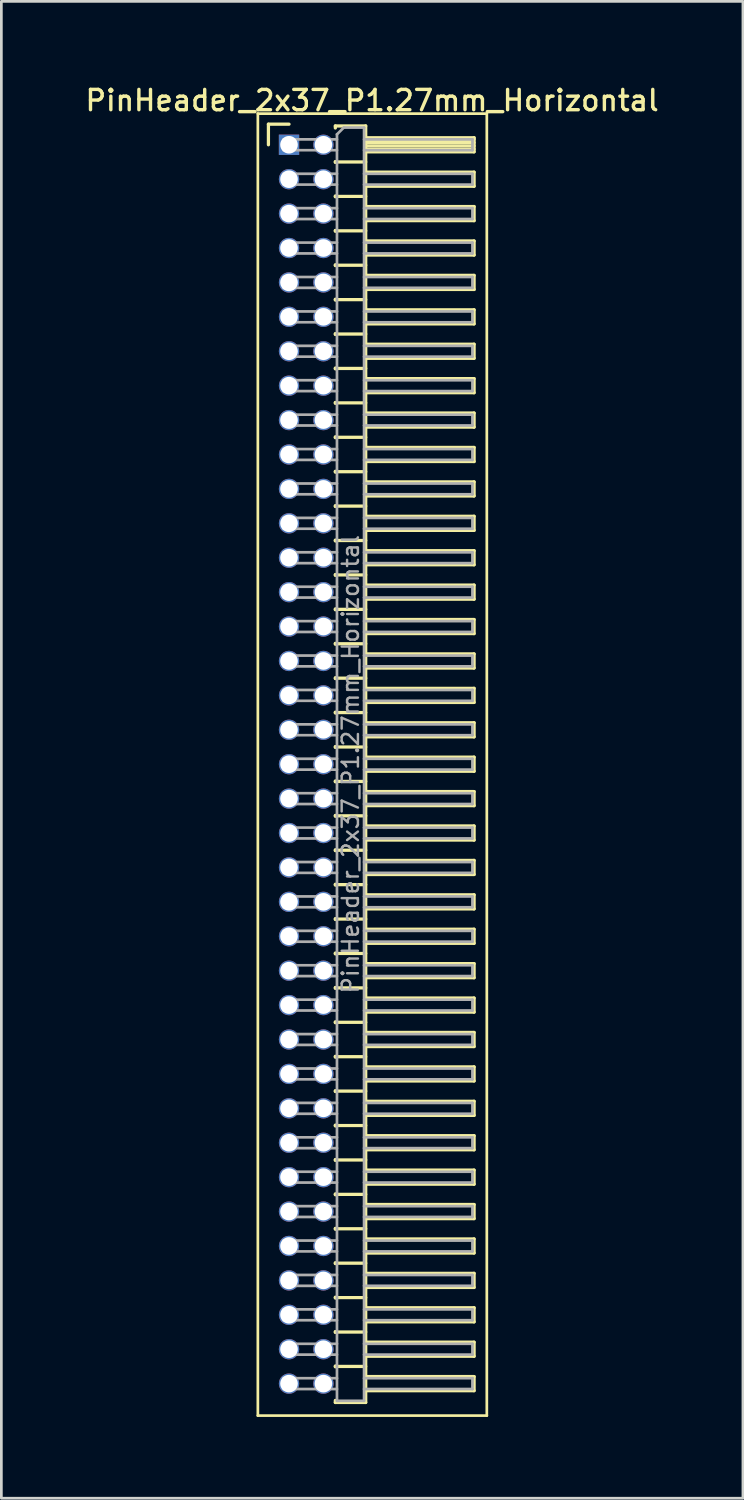
<source format=kicad_pcb>
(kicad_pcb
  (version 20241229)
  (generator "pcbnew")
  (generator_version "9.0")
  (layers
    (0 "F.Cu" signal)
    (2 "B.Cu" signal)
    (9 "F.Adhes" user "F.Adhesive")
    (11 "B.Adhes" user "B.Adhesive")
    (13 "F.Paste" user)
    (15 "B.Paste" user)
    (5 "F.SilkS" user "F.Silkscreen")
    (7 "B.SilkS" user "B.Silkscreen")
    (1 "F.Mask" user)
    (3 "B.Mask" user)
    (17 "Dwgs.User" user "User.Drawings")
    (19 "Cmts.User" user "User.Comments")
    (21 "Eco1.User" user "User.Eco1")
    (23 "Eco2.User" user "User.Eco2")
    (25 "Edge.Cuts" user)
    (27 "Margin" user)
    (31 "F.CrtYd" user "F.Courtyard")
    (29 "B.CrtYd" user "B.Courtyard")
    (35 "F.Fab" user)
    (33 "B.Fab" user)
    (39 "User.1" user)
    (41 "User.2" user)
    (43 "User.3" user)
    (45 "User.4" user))
  (footprint "PinHeader_2x37_P1.27mm_Horizontal"
    (layer "F.Cu")
    (at 7.616 2.293)
    (property "Reference" "PinHeader_2x37_P1.27mm_Horizontal" (at 3.067 -1.635 0) (layer "F.SilkS") (effects (font (size 0.75 0.75) (thickness 0.125))))
    (attr through_hole)
    (fp_line (start -1.15 -1.15) (end -1.15 46.9) (stroke (width 0.1) (type solid)) (layer "F.SilkS"))
    (fp_line (start -1.15 46.9) (end 7.3 46.9) (stroke (width 0.1) (type solid)) (layer "F.SilkS"))
    (fp_line (start -0.76 -0.76) (end 0 -0.76) (stroke (width 0.12) (type solid)) (layer "F.SilkS"))
    (fp_line (start -0.76 0) (end -0.76 -0.76) (stroke (width 0.12) (type solid)) (layer "F.SilkS"))
    (fp_line (start 1.71 -0.695) (end 2.83 -0.695) (stroke (width 0.12) (type solid)) (layer "F.SilkS"))
    (fp_line (start 1.71 -0.62) (end 1.71 -0.695) (stroke (width 0.12) (type solid)) (layer "F.SilkS"))
    (fp_line (start 1.71 0.62) (end 1.71 0.65) (stroke (width 0.12) (type solid)) (layer "F.SilkS"))
    (fp_line (start 1.71 0.635) (end 2.83 0.635) (stroke (width 0.12) (type solid)) (layer "F.SilkS"))
    (fp_line (start 1.71 1.89) (end 1.71 1.92) (stroke (width 0.12) (type solid)) (layer "F.SilkS"))
    (fp_line (start 1.71 1.905) (end 2.83 1.905) (stroke (width 0.12) (type solid)) (layer "F.SilkS"))
    (fp_line (start 1.71 3.16) (end 1.71 3.19) (stroke (width 0.12) (type solid)) (layer "F.SilkS"))
    (fp_line (start 1.71 3.175) (end 2.83 3.175) (stroke (width 0.12) (type solid)) (layer "F.SilkS"))
    (fp_line (start 1.71 4.43) (end 1.71 4.46) (stroke (width 0.12) (type solid)) (layer "F.SilkS"))
    (fp_line (start 1.71 4.445) (end 2.83 4.445) (stroke (width 0.12) (type solid)) (layer "F.SilkS"))
    (fp_line (start 1.71 5.7) (end 1.71 5.73) (stroke (width 0.12) (type solid)) (layer "F.SilkS"))
    (fp_line (start 1.71 5.715) (end 2.83 5.715) (stroke (width 0.12) (type solid)) (layer "F.SilkS"))
    (fp_line (start 1.71 6.97) (end 1.71 7) (stroke (width 0.12) (type solid)) (layer "F.SilkS"))
    (fp_line (start 1.71 6.985) (end 2.83 6.985) (stroke (width 0.12) (type solid)) (layer "F.SilkS"))
    (fp_line (start 1.71 8.24) (end 1.71 8.27) (stroke (width 0.12) (type solid)) (layer "F.SilkS"))
    (fp_line (start 1.71 8.255) (end 2.83 8.255) (stroke (width 0.12) (type solid)) (layer "F.SilkS"))
    (fp_line (start 1.71 9.51) (end 1.71 9.54) (stroke (width 0.12) (type solid)) (layer "F.SilkS"))
    (fp_line (start 1.71 9.525) (end 2.83 9.525) (stroke (width 0.12) (type solid)) (layer "F.SilkS"))
    (fp_line (start 1.71 10.78) (end 1.71 10.81) (stroke (width 0.12) (type solid)) (layer "F.SilkS"))
    (fp_line (start 1.71 10.795) (end 2.83 10.795) (stroke (width 0.12) (type solid)) (layer "F.SilkS"))
    (fp_line (start 1.71 12.05) (end 1.71 12.08) (stroke (width 0.12) (type solid)) (layer "F.SilkS"))
    (fp_line (start 1.71 12.065) (end 2.83 12.065) (stroke (width 0.12) (type solid)) (layer "F.SilkS"))
    (fp_line (start 1.71 13.32) (end 1.71 13.35) (stroke (width 0.12) (type solid)) (layer "F.SilkS"))
    (fp_line (start 1.71 13.335) (end 2.83 13.335) (stroke (width 0.12) (type solid)) (layer "F.SilkS"))
    (fp_line (start 1.71 14.59) (end 1.71 14.62) (stroke (width 0.12) (type solid)) (layer "F.SilkS"))
    (fp_line (start 1.71 14.605) (end 2.83 14.605) (stroke (width 0.12) (type solid)) (layer "F.SilkS"))
    (fp_line (start 1.71 15.86) (end 1.71 15.89) (stroke (width 0.12) (type solid)) (layer "F.SilkS"))
    (fp_line (start 1.71 15.875) (end 2.83 15.875) (stroke (width 0.12) (type solid)) (layer "F.SilkS"))
    (fp_line (start 1.71 17.13) (end 1.71 17.16) (stroke (width 0.12) (type solid)) (layer "F.SilkS"))
    (fp_line (start 1.71 17.145) (end 2.83 17.145) (stroke (width 0.12) (type solid)) (layer "F.SilkS"))
    (fp_line (start 1.71 18.4) (end 1.71 18.43) (stroke (width 0.12) (type solid)) (layer "F.SilkS"))
    (fp_line (start 1.71 18.415) (end 2.83 18.415) (stroke (width 0.12) (type solid)) (layer "F.SilkS"))
    (fp_line (start 1.71 19.67) (end 1.71 19.7) (stroke (width 0.12) (type solid)) (layer "F.SilkS"))
    (fp_line (start 1.71 19.685) (end 2.83 19.685) (stroke (width 0.12) (type solid)) (layer "F.SilkS"))
    (fp_line (start 1.71 20.94) (end 1.71 20.97) (stroke (width 0.12) (type solid)) (layer "F.SilkS"))
    (fp_line (start 1.71 20.955) (end 2.83 20.955) (stroke (width 0.12) (type solid)) (layer "F.SilkS"))
    (fp_line (start 1.71 22.21) (end 1.71 22.24) (stroke (width 0.12) (type solid)) (layer "F.SilkS"))
    (fp_line (start 1.71 22.225) (end 2.83 22.225) (stroke (width 0.12) (type solid)) (layer "F.SilkS"))
    (fp_line (start 1.71 23.48) (end 1.71 23.51) (stroke (width 0.12) (type solid)) (layer "F.SilkS"))
    (fp_line (start 1.71 23.495) (end 2.83 23.495) (stroke (width 0.12) (type solid)) (layer "F.SilkS"))
    (fp_line (start 1.71 24.75) (end 1.71 24.78) (stroke (width 0.12) (type solid)) (layer "F.SilkS"))
    (fp_line (start 1.71 24.765) (end 2.83 24.765) (stroke (width 0.12) (type solid)) (layer "F.SilkS"))
    (fp_line (start 1.71 26.02) (end 1.71 26.05) (stroke (width 0.12) (type solid)) (layer "F.SilkS"))
    (fp_line (start 1.71 26.035) (end 2.83 26.035) (stroke (width 0.12) (type solid)) (layer "F.SilkS"))
    (fp_line (start 1.71 27.29) (end 1.71 27.32) (stroke (width 0.12) (type solid)) (layer "F.SilkS"))
    (fp_line (start 1.71 27.305) (end 2.83 27.305) (stroke (width 0.12) (type solid)) (layer "F.SilkS"))
    (fp_line (start 1.71 28.56) (end 1.71 28.59) (stroke (width 0.12) (type solid)) (layer "F.SilkS"))
    (fp_line (start 1.71 28.575) (end 2.83 28.575) (stroke (width 0.12) (type solid)) (layer "F.SilkS"))
    (fp_line (start 1.71 29.83) (end 1.71 29.86) (stroke (width 0.12) (type solid)) (layer "F.SilkS"))
    (fp_line (start 1.71 29.845) (end 2.83 29.845) (stroke (width 0.12) (type solid)) (layer "F.SilkS"))
    (fp_line (start 1.71 31.1) (end 1.71 31.13) (stroke (width 0.12) (type solid)) (layer "F.SilkS"))
    (fp_line (start 1.71 31.115) (end 2.83 31.115) (stroke (width 0.12) (type solid)) (layer "F.SilkS"))
    (fp_line (start 1.71 32.37) (end 1.71 32.4) (stroke (width 0.12) (type solid)) (layer "F.SilkS"))
    (fp_line (start 1.71 32.385) (end 2.83 32.385) (stroke (width 0.12) (type solid)) (layer "F.SilkS"))
    (fp_line (start 1.71 33.64) (end 1.71 33.67) (stroke (width 0.12) (type solid)) (layer "F.SilkS"))
    (fp_line (start 1.71 33.655) (end 2.83 33.655) (stroke (width 0.12) (type solid)) (layer "F.SilkS"))
    (fp_line (start 1.71 34.91) (end 1.71 34.94) (stroke (width 0.12) (type solid)) (layer "F.SilkS"))
    (fp_line (start 1.71 34.925) (end 2.83 34.925) (stroke (width 0.12) (type solid)) (layer "F.SilkS"))
    (fp_line (start 1.71 36.18) (end 1.71 36.21) (stroke (width 0.12) (type solid)) (layer "F.SilkS"))
    (fp_line (start 1.71 36.195) (end 2.83 36.195) (stroke (width 0.12) (type solid)) (layer "F.SilkS"))
    (fp_line (start 1.71 37.45) (end 1.71 37.48) (stroke (width 0.12) (type solid)) (layer "F.SilkS"))
    (fp_line (start 1.71 37.465) (end 2.83 37.465) (stroke (width 0.12) (type solid)) (layer "F.SilkS"))
    (fp_line (start 1.71 38.72) (end 1.71 38.75) (stroke (width 0.12) (type solid)) (layer "F.SilkS"))
    (fp_line (start 1.71 38.735) (end 2.83 38.735) (stroke (width 0.12) (type solid)) (layer "F.SilkS"))
    (fp_line (start 1.71 39.99) (end 1.71 40.02) (stroke (width 0.12) (type solid)) (layer "F.SilkS"))
    (fp_line (start 1.71 40.005) (end 2.83 40.005) (stroke (width 0.12) (type solid)) (layer "F.SilkS"))
    (fp_line (start 1.71 41.26) (end 1.71 41.29) (stroke (width 0.12) (type solid)) (layer "F.SilkS"))
    (fp_line (start 1.71 41.275) (end 2.83 41.275) (stroke (width 0.12) (type solid)) (layer "F.SilkS"))
    (fp_line (start 1.71 42.53) (end 1.71 42.56) (stroke (width 0.12) (type solid)) (layer "F.SilkS"))
    (fp_line (start 1.71 42.545) (end 2.83 42.545) (stroke (width 0.12) (type solid)) (layer "F.SilkS"))
    (fp_line (start 1.71 43.8) (end 1.71 43.83) (stroke (width 0.12) (type solid)) (layer "F.SilkS"))
    (fp_line (start 1.71 43.815) (end 2.83 43.815) (stroke (width 0.12) (type solid)) (layer "F.SilkS"))
    (fp_line (start 1.71 45.07) (end 1.71 45.1) (stroke (width 0.12) (type solid)) (layer "F.SilkS"))
    (fp_line (start 1.71 45.085) (end 2.83 45.085) (stroke (width 0.12) (type solid)) (layer "F.SilkS"))
    (fp_line (start 1.71 46.415) (end 1.71 46.34) (stroke (width 0.12) (type solid)) (layer "F.SilkS"))
    (fp_line (start 2.83 -0.695) (end 2.83 46.415) (stroke (width 0.12) (type solid)) (layer "F.SilkS"))
    (fp_line (start 2.83 -0.26) (end 6.83 -0.26) (stroke (width 0.12) (type solid)) (layer "F.SilkS"))
    (fp_line (start 2.83 -0.2) (end 6.83 -0.2) (stroke (width 0.12) (type solid)) (layer "F.SilkS"))
    (fp_line (start 2.83 -0.08) (end 6.83 -0.08) (stroke (width 0.12) (type solid)) (layer "F.SilkS"))
    (fp_line (start 2.83 0.04) (end 6.83 0.04) (stroke (width 0.12) (type solid)) (layer "F.SilkS"))
    (fp_line (start 2.83 0.16) (end 6.83 0.16) (stroke (width 0.12) (type solid)) (layer "F.SilkS"))
    (fp_line (start 2.83 1.01) (end 6.83 1.01) (stroke (width 0.12) (type solid)) (layer "F.SilkS"))
    (fp_line (start 2.83 2.28) (end 6.83 2.28) (stroke (width 0.12) (type solid)) (layer "F.SilkS"))
    (fp_line (start 2.83 3.55) (end 6.83 3.55) (stroke (width 0.12) (type solid)) (layer "F.SilkS"))
    (fp_line (start 2.83 4.82) (end 6.83 4.82) (stroke (width 0.12) (type solid)) (layer "F.SilkS"))
    (fp_line (start 2.83 6.09) (end 6.83 6.09) (stroke (width 0.12) (type solid)) (layer "F.SilkS"))
    (fp_line (start 2.83 7.36) (end 6.83 7.36) (stroke (width 0.12) (type solid)) (layer "F.SilkS"))
    (fp_line (start 2.83 8.63) (end 6.83 8.63) (stroke (width 0.12) (type solid)) (layer "F.SilkS"))
    (fp_line (start 2.83 9.9) (end 6.83 9.9) (stroke (width 0.12) (type solid)) (layer "F.SilkS"))
    (fp_line (start 2.83 11.17) (end 6.83 11.17) (stroke (width 0.12) (type solid)) (layer "F.SilkS"))
    (fp_line (start 2.83 12.44) (end 6.83 12.44) (stroke (width 0.12) (type solid)) (layer "F.SilkS"))
    (fp_line (start 2.83 13.71) (end 6.83 13.71) (stroke (width 0.12) (type solid)) (layer "F.SilkS"))
    (fp_line (start 2.83 14.98) (end 6.83 14.98) (stroke (width 0.12) (type solid)) (layer "F.SilkS"))
    (fp_line (start 2.83 16.25) (end 6.83 16.25) (stroke (width 0.12) (type solid)) (layer "F.SilkS"))
    (fp_line (start 2.83 17.52) (end 6.83 17.52) (stroke (width 0.12) (type solid)) (layer "F.SilkS"))
    (fp_line (start 2.83 18.79) (end 6.83 18.79) (stroke (width 0.12) (type solid)) (layer "F.SilkS"))
    (fp_line (start 2.83 20.06) (end 6.83 20.06) (stroke (width 0.12) (type solid)) (layer "F.SilkS"))
    (fp_line (start 2.83 21.33) (end 6.83 21.33) (stroke (width 0.12) (type solid)) (layer "F.SilkS"))
    (fp_line (start 2.83 22.6) (end 6.83 22.6) (stroke (width 0.12) (type solid)) (layer "F.SilkS"))
    (fp_line (start 2.83 23.87) (end 6.83 23.87) (stroke (width 0.12) (type solid)) (layer "F.SilkS"))
    (fp_line (start 2.83 25.14) (end 6.83 25.14) (stroke (width 0.12) (type solid)) (layer "F.SilkS"))
    (fp_line (start 2.83 26.41) (end 6.83 26.41) (stroke (width 0.12) (type solid)) (layer "F.SilkS"))
    (fp_line (start 2.83 27.68) (end 6.83 27.68) (stroke (width 0.12) (type solid)) (layer "F.SilkS"))
    (fp_line (start 2.83 28.95) (end 6.83 28.95) (stroke (width 0.12) (type solid)) (layer "F.SilkS"))
    (fp_line (start 2.83 30.22) (end 6.83 30.22) (stroke (width 0.12) (type solid)) (layer "F.SilkS"))
    (fp_line (start 2.83 31.49) (end 6.83 31.49) (stroke (width 0.12) (type solid)) (layer "F.SilkS"))
    (fp_line (start 2.83 32.76) (end 6.83 32.76) (stroke (width 0.12) (type solid)) (layer "F.SilkS"))
    (fp_line (start 2.83 34.03) (end 6.83 34.03) (stroke (width 0.12) (type solid)) (layer "F.SilkS"))
    (fp_line (start 2.83 35.3) (end 6.83 35.3) (stroke (width 0.12) (type solid)) (layer "F.SilkS"))
    (fp_line (start 2.83 36.57) (end 6.83 36.57) (stroke (width 0.12) (type solid)) (layer "F.SilkS"))
    (fp_line (start 2.83 37.84) (end 6.83 37.84) (stroke (width 0.12) (type solid)) (layer "F.SilkS"))
    (fp_line (start 2.83 39.11) (end 6.83 39.11) (stroke (width 0.12) (type solid)) (layer "F.SilkS"))
    (fp_line (start 2.83 40.38) (end 6.83 40.38) (stroke (width 0.12) (type solid)) (layer "F.SilkS"))
    (fp_line (start 2.83 41.65) (end 6.83 41.65) (stroke (width 0.12) (type solid)) (layer "F.SilkS"))
    (fp_line (start 2.83 42.92) (end 6.83 42.92) (stroke (width 0.12) (type solid)) (layer "F.SilkS"))
    (fp_line (start 2.83 44.19) (end 6.83 44.19) (stroke (width 0.12) (type solid)) (layer "F.SilkS"))
    (fp_line (start 2.83 45.46) (end 6.83 45.46) (stroke (width 0.12) (type solid)) (layer "F.SilkS"))
    (fp_line (start 2.83 46.415) (end 1.71 46.415) (stroke (width 0.12) (type solid)) (layer "F.SilkS"))
    (fp_line (start 6.83 -0.26) (end 6.83 0.26) (stroke (width 0.12) (type solid)) (layer "F.SilkS"))
    (fp_line (start 6.83 0.26) (end 2.83 0.26) (stroke (width 0.12) (type solid)) (layer "F.SilkS"))
    (fp_line (start 6.83 1.01) (end 6.83 1.53) (stroke (width 0.12) (type solid)) (layer "F.SilkS"))
    (fp_line (start 6.83 1.53) (end 2.83 1.53) (stroke (width 0.12) (type solid)) (layer "F.SilkS"))
    (fp_line (start 6.83 2.28) (end 6.83 2.8) (stroke (width 0.12) (type solid)) (layer "F.SilkS"))
    (fp_line (start 6.83 2.8) (end 2.83 2.8) (stroke (width 0.12) (type solid)) (layer "F.SilkS"))
    (fp_line (start 6.83 3.55) (end 6.83 4.07) (stroke (width 0.12) (type solid)) (layer "F.SilkS"))
    (fp_line (start 6.83 4.07) (end 2.83 4.07) (stroke (width 0.12) (type solid)) (layer "F.SilkS"))
    (fp_line (start 6.83 4.82) (end 6.83 5.34) (stroke (width 0.12) (type solid)) (layer "F.SilkS"))
    (fp_line (start 6.83 5.34) (end 2.83 5.34) (stroke (width 0.12) (type solid)) (layer "F.SilkS"))
    (fp_line (start 6.83 6.09) (end 6.83 6.61) (stroke (width 0.12) (type solid)) (layer "F.SilkS"))
    (fp_line (start 6.83 6.61) (end 2.83 6.61) (stroke (width 0.12) (type solid)) (layer "F.SilkS"))
    (fp_line (start 6.83 7.36) (end 6.83 7.88) (stroke (width 0.12) (type solid)) (layer "F.SilkS"))
    (fp_line (start 6.83 7.88) (end 2.83 7.88) (stroke (width 0.12) (type solid)) (layer "F.SilkS"))
    (fp_line (start 6.83 8.63) (end 6.83 9.15) (stroke (width 0.12) (type solid)) (layer "F.SilkS"))
    (fp_line (start 6.83 9.15) (end 2.83 9.15) (stroke (width 0.12) (type solid)) (layer "F.SilkS"))
    (fp_line (start 6.83 9.9) (end 6.83 10.42) (stroke (width 0.12) (type solid)) (layer "F.SilkS"))
    (fp_line (start 6.83 10.42) (end 2.83 10.42) (stroke (width 0.12) (type solid)) (layer "F.SilkS"))
    (fp_line (start 6.83 11.17) (end 6.83 11.69) (stroke (width 0.12) (type solid)) (layer "F.SilkS"))
    (fp_line (start 6.83 11.69) (end 2.83 11.69) (stroke (width 0.12) (type solid)) (layer "F.SilkS"))
    (fp_line (start 6.83 12.44) (end 6.83 12.96) (stroke (width 0.12) (type solid)) (layer "F.SilkS"))
    (fp_line (start 6.83 12.96) (end 2.83 12.96) (stroke (width 0.12) (type solid)) (layer "F.SilkS"))
    (fp_line (start 6.83 13.71) (end 6.83 14.23) (stroke (width 0.12) (type solid)) (layer "F.SilkS"))
    (fp_line (start 6.83 14.23) (end 2.83 14.23) (stroke (width 0.12) (type solid)) (layer "F.SilkS"))
    (fp_line (start 6.83 14.98) (end 6.83 15.5) (stroke (width 0.12) (type solid)) (layer "F.SilkS"))
    (fp_line (start 6.83 15.5) (end 2.83 15.5) (stroke (width 0.12) (type solid)) (layer "F.SilkS"))
    (fp_line (start 6.83 16.25) (end 6.83 16.77) (stroke (width 0.12) (type solid)) (layer "F.SilkS"))
    (fp_line (start 6.83 16.77) (end 2.83 16.77) (stroke (width 0.12) (type solid)) (layer "F.SilkS"))
    (fp_line (start 6.83 17.52) (end 6.83 18.04) (stroke (width 0.12) (type solid)) (layer "F.SilkS"))
    (fp_line (start 6.83 18.04) (end 2.83 18.04) (stroke (width 0.12) (type solid)) (layer "F.SilkS"))
    (fp_line (start 6.83 18.79) (end 6.83 19.31) (stroke (width 0.12) (type solid)) (layer "F.SilkS"))
    (fp_line (start 6.83 19.31) (end 2.83 19.31) (stroke (width 0.12) (type solid)) (layer "F.SilkS"))
    (fp_line (start 6.83 20.06) (end 6.83 20.58) (stroke (width 0.12) (type solid)) (layer "F.SilkS"))
    (fp_line (start 6.83 20.58) (end 2.83 20.58) (stroke (width 0.12) (type solid)) (layer "F.SilkS"))
    (fp_line (start 6.83 21.33) (end 6.83 21.85) (stroke (width 0.12) (type solid)) (layer "F.SilkS"))
    (fp_line (start 6.83 21.85) (end 2.83 21.85) (stroke (width 0.12) (type solid)) (layer "F.SilkS"))
    (fp_line (start 6.83 22.6) (end 6.83 23.12) (stroke (width 0.12) (type solid)) (layer "F.SilkS"))
    (fp_line (start 6.83 23.12) (end 2.83 23.12) (stroke (width 0.12) (type solid)) (layer "F.SilkS"))
    (fp_line (start 6.83 23.87) (end 6.83 24.39) (stroke (width 0.12) (type solid)) (layer "F.SilkS"))
    (fp_line (start 6.83 24.39) (end 2.83 24.39) (stroke (width 0.12) (type solid)) (layer "F.SilkS"))
    (fp_line (start 6.83 25.14) (end 6.83 25.66) (stroke (width 0.12) (type solid)) (layer "F.SilkS"))
    (fp_line (start 6.83 25.66) (end 2.83 25.66) (stroke (width 0.12) (type solid)) (layer "F.SilkS"))
    (fp_line (start 6.83 26.41) (end 6.83 26.93) (stroke (width 0.12) (type solid)) (layer "F.SilkS"))
    (fp_line (start 6.83 26.93) (end 2.83 26.93) (stroke (width 0.12) (type solid)) (layer "F.SilkS"))
    (fp_line (start 6.83 27.68) (end 6.83 28.2) (stroke (width 0.12) (type solid)) (layer "F.SilkS"))
    (fp_line (start 6.83 28.2) (end 2.83 28.2) (stroke (width 0.12) (type solid)) (layer "F.SilkS"))
    (fp_line (start 6.83 28.95) (end 6.83 29.47) (stroke (width 0.12) (type solid)) (layer "F.SilkS"))
    (fp_line (start 6.83 29.47) (end 2.83 29.47) (stroke (width 0.12) (type solid)) (layer "F.SilkS"))
    (fp_line (start 6.83 30.22) (end 6.83 30.74) (stroke (width 0.12) (type solid)) (layer "F.SilkS"))
    (fp_line (start 6.83 30.74) (end 2.83 30.74) (stroke (width 0.12) (type solid)) (layer "F.SilkS"))
    (fp_line (start 6.83 31.49) (end 6.83 32.01) (stroke (width 0.12) (type solid)) (layer "F.SilkS"))
    (fp_line (start 6.83 32.01) (end 2.83 32.01) (stroke (width 0.12) (type solid)) (layer "F.SilkS"))
    (fp_line (start 6.83 32.76) (end 6.83 33.28) (stroke (width 0.12) (type solid)) (layer "F.SilkS"))
    (fp_line (start 6.83 33.28) (end 2.83 33.28) (stroke (width 0.12) (type solid)) (layer "F.SilkS"))
    (fp_line (start 6.83 34.03) (end 6.83 34.55) (stroke (width 0.12) (type solid)) (layer "F.SilkS"))
    (fp_line (start 6.83 34.55) (end 2.83 34.55) (stroke (width 0.12) (type solid)) (layer "F.SilkS"))
    (fp_line (start 6.83 35.3) (end 6.83 35.82) (stroke (width 0.12) (type solid)) (layer "F.SilkS"))
    (fp_line (start 6.83 35.82) (end 2.83 35.82) (stroke (width 0.12) (type solid)) (layer "F.SilkS"))
    (fp_line (start 6.83 36.57) (end 6.83 37.09) (stroke (width 0.12) (type solid)) (layer "F.SilkS"))
    (fp_line (start 6.83 37.09) (end 2.83 37.09) (stroke (width 0.12) (type solid)) (layer "F.SilkS"))
    (fp_line (start 6.83 37.84) (end 6.83 38.36) (stroke (width 0.12) (type solid)) (layer "F.SilkS"))
    (fp_line (start 6.83 38.36) (end 2.83 38.36) (stroke (width 0.12) (type solid)) (layer "F.SilkS"))
    (fp_line (start 6.83 39.11) (end 6.83 39.63) (stroke (width 0.12) (type solid)) (layer "F.SilkS"))
    (fp_line (start 6.83 39.63) (end 2.83 39.63) (stroke (width 0.12) (type solid)) (layer "F.SilkS"))
    (fp_line (start 6.83 40.38) (end 6.83 40.9) (stroke (width 0.12) (type solid)) (layer "F.SilkS"))
    (fp_line (start 6.83 40.9) (end 2.83 40.9) (stroke (width 0.12) (type solid)) (layer "F.SilkS"))
    (fp_line (start 6.83 41.65) (end 6.83 42.17) (stroke (width 0.12) (type solid)) (layer "F.SilkS"))
    (fp_line (start 6.83 42.17) (end 2.83 42.17) (stroke (width 0.12) (type solid)) (layer "F.SilkS"))
    (fp_line (start 6.83 42.92) (end 6.83 43.44) (stroke (width 0.12) (type solid)) (layer "F.SilkS"))
    (fp_line (start 6.83 43.44) (end 2.83 43.44) (stroke (width 0.12) (type solid)) (layer "F.SilkS"))
    (fp_line (start 6.83 44.19) (end 6.83 44.71) (stroke (width 0.12) (type solid)) (layer "F.SilkS"))
    (fp_line (start 6.83 44.71) (end 2.83 44.71) (stroke (width 0.12) (type solid)) (layer "F.SilkS"))
    (fp_line (start 6.83 45.46) (end 6.83 45.98) (stroke (width 0.12) (type solid)) (layer "F.SilkS"))
    (fp_line (start 6.83 45.98) (end 2.83 45.98) (stroke (width 0.12) (type solid)) (layer "F.SilkS"))
    (fp_line (start 7.3 -1.15) (end -1.15 -1.15) (stroke (width 0.1) (type solid)) (layer "F.SilkS"))
    (fp_line (start 7.3 46.9) (end 7.3 -1.15) (stroke (width 0.1) (type solid)) (layer "F.SilkS"))
    (fp_line (start -0.2 -0.2) (end -0.2 0.2) (stroke (width 0.1) (type solid)) (layer "F.Fab"))
    (fp_line (start -0.2 -0.2) (end 1.77 -0.2) (stroke (width 0.1) (type solid)) (layer "F.Fab"))
    (fp_line (start -0.2 0.2) (end 1.77 0.2) (stroke (width 0.1) (type solid)) (layer "F.Fab"))
    (fp_line (start -0.2 1.07) (end -0.2 1.47) (stroke (width 0.1) (type solid)) (layer "F.Fab"))
    (fp_line (start -0.2 1.07) (end 1.77 1.07) (stroke (width 0.1) (type solid)) (layer "F.Fab"))
    (fp_line (start -0.2 1.47) (end 1.77 1.47) (stroke (width 0.1) (type solid)) (layer "F.Fab"))
    (fp_line (start -0.2 2.34) (end -0.2 2.74) (stroke (width 0.1) (type solid)) (layer "F.Fab"))
    (fp_line (start -0.2 2.34) (end 1.77 2.34) (stroke (width 0.1) (type solid)) (layer "F.Fab"))
    (fp_line (start -0.2 2.74) (end 1.77 2.74) (stroke (width 0.1) (type solid)) (layer "F.Fab"))
    (fp_line (start -0.2 3.61) (end -0.2 4.01) (stroke (width 0.1) (type solid)) (layer "F.Fab"))
    (fp_line (start -0.2 3.61) (end 1.77 3.61) (stroke (width 0.1) (type solid)) (layer "F.Fab"))
    (fp_line (start -0.2 4.01) (end 1.77 4.01) (stroke (width 0.1) (type solid)) (layer "F.Fab"))
    (fp_line (start -0.2 4.88) (end -0.2 5.28) (stroke (width 0.1) (type solid)) (layer "F.Fab"))
    (fp_line (start -0.2 4.88) (end 1.77 4.88) (stroke (width 0.1) (type solid)) (layer "F.Fab"))
    (fp_line (start -0.2 5.28) (end 1.77 5.28) (stroke (width 0.1) (type solid)) (layer "F.Fab"))
    (fp_line (start -0.2 6.15) (end -0.2 6.55) (stroke (width 0.1) (type solid)) (layer "F.Fab"))
    (fp_line (start -0.2 6.15) (end 1.77 6.15) (stroke (width 0.1) (type solid)) (layer "F.Fab"))
    (fp_line (start -0.2 6.55) (end 1.77 6.55) (stroke (width 0.1) (type solid)) (layer "F.Fab"))
    (fp_line (start -0.2 7.42) (end -0.2 7.82) (stroke (width 0.1) (type solid)) (layer "F.Fab"))
    (fp_line (start -0.2 7.42) (end 1.77 7.42) (stroke (width 0.1) (type solid)) (layer "F.Fab"))
    (fp_line (start -0.2 7.82) (end 1.77 7.82) (stroke (width 0.1) (type solid)) (layer "F.Fab"))
    (fp_line (start -0.2 8.69) (end -0.2 9.09) (stroke (width 0.1) (type solid)) (layer "F.Fab"))
    (fp_line (start -0.2 8.69) (end 1.77 8.69) (stroke (width 0.1) (type solid)) (layer "F.Fab"))
    (fp_line (start -0.2 9.09) (end 1.77 9.09) (stroke (width 0.1) (type solid)) (layer "F.Fab"))
    (fp_line (start -0.2 9.96) (end -0.2 10.36) (stroke (width 0.1) (type solid)) (layer "F.Fab"))
    (fp_line (start -0.2 9.96) (end 1.77 9.96) (stroke (width 0.1) (type solid)) (layer "F.Fab"))
    (fp_line (start -0.2 10.36) (end 1.77 10.36) (stroke (width 0.1) (type solid)) (layer "F.Fab"))
    (fp_line (start -0.2 11.23) (end -0.2 11.63) (stroke (width 0.1) (type solid)) (layer "F.Fab"))
    (fp_line (start -0.2 11.23) (end 1.77 11.23) (stroke (width 0.1) (type solid)) (layer "F.Fab"))
    (fp_line (start -0.2 11.63) (end 1.77 11.63) (stroke (width 0.1) (type solid)) (layer "F.Fab"))
    (fp_line (start -0.2 12.5) (end -0.2 12.9) (stroke (width 0.1) (type solid)) (layer "F.Fab"))
    (fp_line (start -0.2 12.5) (end 1.77 12.5) (stroke (width 0.1) (type solid)) (layer "F.Fab"))
    (fp_line (start -0.2 12.9) (end 1.77 12.9) (stroke (width 0.1) (type solid)) (layer "F.Fab"))
    (fp_line (start -0.2 13.77) (end -0.2 14.17) (stroke (width 0.1) (type solid)) (layer "F.Fab"))
    (fp_line (start -0.2 13.77) (end 1.77 13.77) (stroke (width 0.1) (type solid)) (layer "F.Fab"))
    (fp_line (start -0.2 14.17) (end 1.77 14.17) (stroke (width 0.1) (type solid)) (layer "F.Fab"))
    (fp_line (start -0.2 15.04) (end -0.2 15.44) (stroke (width 0.1) (type solid)) (layer "F.Fab"))
    (fp_line (start -0.2 15.04) (end 1.77 15.04) (stroke (width 0.1) (type solid)) (layer "F.Fab"))
    (fp_line (start -0.2 15.44) (end 1.77 15.44) (stroke (width 0.1) (type solid)) (layer "F.Fab"))
    (fp_line (start -0.2 16.31) (end -0.2 16.71) (stroke (width 0.1) (type solid)) (layer "F.Fab"))
    (fp_line (start -0.2 16.31) (end 1.77 16.31) (stroke (width 0.1) (type solid)) (layer "F.Fab"))
    (fp_line (start -0.2 16.71) (end 1.77 16.71) (stroke (width 0.1) (type solid)) (layer "F.Fab"))
    (fp_line (start -0.2 17.58) (end -0.2 17.98) (stroke (width 0.1) (type solid)) (layer "F.Fab"))
    (fp_line (start -0.2 17.58) (end 1.77 17.58) (stroke (width 0.1) (type solid)) (layer "F.Fab"))
    (fp_line (start -0.2 17.98) (end 1.77 17.98) (stroke (width 0.1) (type solid)) (layer "F.Fab"))
    (fp_line (start -0.2 18.85) (end -0.2 19.25) (stroke (width 0.1) (type solid)) (layer "F.Fab"))
    (fp_line (start -0.2 18.85) (end 1.77 18.85) (stroke (width 0.1) (type solid)) (layer "F.Fab"))
    (fp_line (start -0.2 19.25) (end 1.77 19.25) (stroke (width 0.1) (type solid)) (layer "F.Fab"))
    (fp_line (start -0.2 20.12) (end -0.2 20.52) (stroke (width 0.1) (type solid)) (layer "F.Fab"))
    (fp_line (start -0.2 20.12) (end 1.77 20.12) (stroke (width 0.1) (type solid)) (layer "F.Fab"))
    (fp_line (start -0.2 20.52) (end 1.77 20.52) (stroke (width 0.1) (type solid)) (layer "F.Fab"))
    (fp_line (start -0.2 21.39) (end -0.2 21.79) (stroke (width 0.1) (type solid)) (layer "F.Fab"))
    (fp_line (start -0.2 21.39) (end 1.77 21.39) (stroke (width 0.1) (type solid)) (layer "F.Fab"))
    (fp_line (start -0.2 21.79) (end 1.77 21.79) (stroke (width 0.1) (type solid)) (layer "F.Fab"))
    (fp_line (start -0.2 22.66) (end -0.2 23.06) (stroke (width 0.1) (type solid)) (layer "F.Fab"))
    (fp_line (start -0.2 22.66) (end 1.77 22.66) (stroke (width 0.1) (type solid)) (layer "F.Fab"))
    (fp_line (start -0.2 23.06) (end 1.77 23.06) (stroke (width 0.1) (type solid)) (layer "F.Fab"))
    (fp_line (start -0.2 23.93) (end -0.2 24.33) (stroke (width 0.1) (type solid)) (layer "F.Fab"))
    (fp_line (start -0.2 23.93) (end 1.77 23.93) (stroke (width 0.1) (type solid)) (layer "F.Fab"))
    (fp_line (start -0.2 24.33) (end 1.77 24.33) (stroke (width 0.1) (type solid)) (layer "F.Fab"))
    (fp_line (start -0.2 25.2) (end -0.2 25.6) (stroke (width 0.1) (type solid)) (layer "F.Fab"))
    (fp_line (start -0.2 25.2) (end 1.77 25.2) (stroke (width 0.1) (type solid)) (layer "F.Fab"))
    (fp_line (start -0.2 25.6) (end 1.77 25.6) (stroke (width 0.1) (type solid)) (layer "F.Fab"))
    (fp_line (start -0.2 26.47) (end -0.2 26.87) (stroke (width 0.1) (type solid)) (layer "F.Fab"))
    (fp_line (start -0.2 26.47) (end 1.77 26.47) (stroke (width 0.1) (type solid)) (layer "F.Fab"))
    (fp_line (start -0.2 26.87) (end 1.77 26.87) (stroke (width 0.1) (type solid)) (layer "F.Fab"))
    (fp_line (start -0.2 27.74) (end -0.2 28.14) (stroke (width 0.1) (type solid)) (layer "F.Fab"))
    (fp_line (start -0.2 27.74) (end 1.77 27.74) (stroke (width 0.1) (type solid)) (layer "F.Fab"))
    (fp_line (start -0.2 28.14) (end 1.77 28.14) (stroke (width 0.1) (type solid)) (layer "F.Fab"))
    (fp_line (start -0.2 29.01) (end -0.2 29.41) (stroke (width 0.1) (type solid)) (layer "F.Fab"))
    (fp_line (start -0.2 29.01) (end 1.77 29.01) (stroke (width 0.1) (type solid)) (layer "F.Fab"))
    (fp_line (start -0.2 29.41) (end 1.77 29.41) (stroke (width 0.1) (type solid)) (layer "F.Fab"))
    (fp_line (start -0.2 30.28) (end -0.2 30.68) (stroke (width 0.1) (type solid)) (layer "F.Fab"))
    (fp_line (start -0.2 30.28) (end 1.77 30.28) (stroke (width 0.1) (type solid)) (layer "F.Fab"))
    (fp_line (start -0.2 30.68) (end 1.77 30.68) (stroke (width 0.1) (type solid)) (layer "F.Fab"))
    (fp_line (start -0.2 31.55) (end -0.2 31.95) (stroke (width 0.1) (type solid)) (layer "F.Fab"))
    (fp_line (start -0.2 31.55) (end 1.77 31.55) (stroke (width 0.1) (type solid)) (layer "F.Fab"))
    (fp_line (start -0.2 31.95) (end 1.77 31.95) (stroke (width 0.1) (type solid)) (layer "F.Fab"))
    (fp_line (start -0.2 32.82) (end -0.2 33.22) (stroke (width 0.1) (type solid)) (layer "F.Fab"))
    (fp_line (start -0.2 32.82) (end 1.77 32.82) (stroke (width 0.1) (type solid)) (layer "F.Fab"))
    (fp_line (start -0.2 33.22) (end 1.77 33.22) (stroke (width 0.1) (type solid)) (layer "F.Fab"))
    (fp_line (start -0.2 34.09) (end -0.2 34.49) (stroke (width 0.1) (type solid)) (layer "F.Fab"))
    (fp_line (start -0.2 34.09) (end 1.77 34.09) (stroke (width 0.1) (type solid)) (layer "F.Fab"))
    (fp_line (start -0.2 34.49) (end 1.77 34.49) (stroke (width 0.1) (type solid)) (layer "F.Fab"))
    (fp_line (start -0.2 35.36) (end -0.2 35.76) (stroke (width 0.1) (type solid)) (layer "F.Fab"))
    (fp_line (start -0.2 35.36) (end 1.77 35.36) (stroke (width 0.1) (type solid)) (layer "F.Fab"))
    (fp_line (start -0.2 35.76) (end 1.77 35.76) (stroke (width 0.1) (type solid)) (layer "F.Fab"))
    (fp_line (start -0.2 36.63) (end -0.2 37.03) (stroke (width 0.1) (type solid)) (layer "F.Fab"))
    (fp_line (start -0.2 36.63) (end 1.77 36.63) (stroke (width 0.1) (type solid)) (layer "F.Fab"))
    (fp_line (start -0.2 37.03) (end 1.77 37.03) (stroke (width 0.1) (type solid)) (layer "F.Fab"))
    (fp_line (start -0.2 37.9) (end -0.2 38.3) (stroke (width 0.1) (type solid)) (layer "F.Fab"))
    (fp_line (start -0.2 37.9) (end 1.77 37.9) (stroke (width 0.1) (type solid)) (layer "F.Fab"))
    (fp_line (start -0.2 38.3) (end 1.77 38.3) (stroke (width 0.1) (type solid)) (layer "F.Fab"))
    (fp_line (start -0.2 39.17) (end -0.2 39.57) (stroke (width 0.1) (type solid)) (layer "F.Fab"))
    (fp_line (start -0.2 39.17) (end 1.77 39.17) (stroke (width 0.1) (type solid)) (layer "F.Fab"))
    (fp_line (start -0.2 39.57) (end 1.77 39.57) (stroke (width 0.1) (type solid)) (layer "F.Fab"))
    (fp_line (start -0.2 40.44) (end -0.2 40.84) (stroke (width 0.1) (type solid)) (layer "F.Fab"))
    (fp_line (start -0.2 40.44) (end 1.77 40.44) (stroke (width 0.1) (type solid)) (layer "F.Fab"))
    (fp_line (start -0.2 40.84) (end 1.77 40.84) (stroke (width 0.1) (type solid)) (layer "F.Fab"))
    (fp_line (start -0.2 41.71) (end -0.2 42.11) (stroke (width 0.1) (type solid)) (layer "F.Fab"))
    (fp_line (start -0.2 41.71) (end 1.77 41.71) (stroke (width 0.1) (type solid)) (layer "F.Fab"))
    (fp_line (start -0.2 42.11) (end 1.77 42.11) (stroke (width 0.1) (type solid)) (layer "F.Fab"))
    (fp_line (start -0.2 42.98) (end -0.2 43.38) (stroke (width 0.1) (type solid)) (layer "F.Fab"))
    (fp_line (start -0.2 42.98) (end 1.77 42.98) (stroke (width 0.1) (type solid)) (layer "F.Fab"))
    (fp_line (start -0.2 43.38) (end 1.77 43.38) (stroke (width 0.1) (type solid)) (layer "F.Fab"))
    (fp_line (start -0.2 44.25) (end -0.2 44.65) (stroke (width 0.1) (type solid)) (layer "F.Fab"))
    (fp_line (start -0.2 44.25) (end 1.77 44.25) (stroke (width 0.1) (type solid)) (layer "F.Fab"))
    (fp_line (start -0.2 44.65) (end 1.77 44.65) (stroke (width 0.1) (type solid)) (layer "F.Fab"))
    (fp_line (start -0.2 45.52) (end -0.2 45.92) (stroke (width 0.1) (type solid)) (layer "F.Fab"))
    (fp_line (start -0.2 45.52) (end 1.77 45.52) (stroke (width 0.1) (type solid)) (layer "F.Fab"))
    (fp_line (start -0.2 45.92) (end 1.77 45.92) (stroke (width 0.1) (type solid)) (layer "F.Fab"))
    (fp_line (start 1.77 -0.385) (end 2.02 -0.635) (stroke (width 0.1) (type solid)) (layer "F.Fab"))
    (fp_line (start 1.77 46.355) (end 1.77 -0.385) (stroke (width 0.1) (type solid)) (layer "F.Fab"))
    (fp_line (start 2.02 -0.635) (end 2.77 -0.635) (stroke (width 0.1) (type solid)) (layer "F.Fab"))
    (fp_line (start 2.77 -0.635) (end 2.77 46.355) (stroke (width 0.1) (type solid)) (layer "F.Fab"))
    (fp_line (start 2.77 -0.2) (end 6.77 -0.2) (stroke (width 0.1) (type solid)) (layer "F.Fab"))
    (fp_line (start 2.77 0.2) (end 6.77 0.2) (stroke (width 0.1) (type solid)) (layer "F.Fab"))
    (fp_line (start 2.77 1.07) (end 6.77 1.07) (stroke (width 0.1) (type solid)) (layer "F.Fab"))
    (fp_line (start 2.77 1.47) (end 6.77 1.47) (stroke (width 0.1) (type solid)) (layer "F.Fab"))
    (fp_line (start 2.77 2.34) (end 6.77 2.34) (stroke (width 0.1) (type solid)) (layer "F.Fab"))
    (fp_line (start 2.77 2.74) (end 6.77 2.74) (stroke (width 0.1) (type solid)) (layer "F.Fab"))
    (fp_line (start 2.77 3.61) (end 6.77 3.61) (stroke (width 0.1) (type solid)) (layer "F.Fab"))
    (fp_line (start 2.77 4.01) (end 6.77 4.01) (stroke (width 0.1) (type solid)) (layer "F.Fab"))
    (fp_line (start 2.77 4.88) (end 6.77 4.88) (stroke (width 0.1) (type solid)) (layer "F.Fab"))
    (fp_line (start 2.77 5.28) (end 6.77 5.28) (stroke (width 0.1) (type solid)) (layer "F.Fab"))
    (fp_line (start 2.77 6.15) (end 6.77 6.15) (stroke (width 0.1) (type solid)) (layer "F.Fab"))
    (fp_line (start 2.77 6.55) (end 6.77 6.55) (stroke (width 0.1) (type solid)) (layer "F.Fab"))
    (fp_line (start 2.77 7.42) (end 6.77 7.42) (stroke (width 0.1) (type solid)) (layer "F.Fab"))
    (fp_line (start 2.77 7.82) (end 6.77 7.82) (stroke (width 0.1) (type solid)) (layer "F.Fab"))
    (fp_line (start 2.77 8.69) (end 6.77 8.69) (stroke (width 0.1) (type solid)) (layer "F.Fab"))
    (fp_line (start 2.77 9.09) (end 6.77 9.09) (stroke (width 0.1) (type solid)) (layer "F.Fab"))
    (fp_line (start 2.77 9.96) (end 6.77 9.96) (stroke (width 0.1) (type solid)) (layer "F.Fab"))
    (fp_line (start 2.77 10.36) (end 6.77 10.36) (stroke (width 0.1) (type solid)) (layer "F.Fab"))
    (fp_line (start 2.77 11.23) (end 6.77 11.23) (stroke (width 0.1) (type solid)) (layer "F.Fab"))
    (fp_line (start 2.77 11.63) (end 6.77 11.63) (stroke (width 0.1) (type solid)) (layer "F.Fab"))
    (fp_line (start 2.77 12.5) (end 6.77 12.5) (stroke (width 0.1) (type solid)) (layer "F.Fab"))
    (fp_line (start 2.77 12.9) (end 6.77 12.9) (stroke (width 0.1) (type solid)) (layer "F.Fab"))
    (fp_line (start 2.77 13.77) (end 6.77 13.77) (stroke (width 0.1) (type solid)) (layer "F.Fab"))
    (fp_line (start 2.77 14.17) (end 6.77 14.17) (stroke (width 0.1) (type solid)) (layer "F.Fab"))
    (fp_line (start 2.77 15.04) (end 6.77 15.04) (stroke (width 0.1) (type solid)) (layer "F.Fab"))
    (fp_line (start 2.77 15.44) (end 6.77 15.44) (stroke (width 0.1) (type solid)) (layer "F.Fab"))
    (fp_line (start 2.77 16.31) (end 6.77 16.31) (stroke (width 0.1) (type solid)) (layer "F.Fab"))
    (fp_line (start 2.77 16.71) (end 6.77 16.71) (stroke (width 0.1) (type solid)) (layer "F.Fab"))
    (fp_line (start 2.77 17.58) (end 6.77 17.58) (stroke (width 0.1) (type solid)) (layer "F.Fab"))
    (fp_line (start 2.77 17.98) (end 6.77 17.98) (stroke (width 0.1) (type solid)) (layer "F.Fab"))
    (fp_line (start 2.77 18.85) (end 6.77 18.85) (stroke (width 0.1) (type solid)) (layer "F.Fab"))
    (fp_line (start 2.77 19.25) (end 6.77 19.25) (stroke (width 0.1) (type solid)) (layer "F.Fab"))
    (fp_line (start 2.77 20.12) (end 6.77 20.12) (stroke (width 0.1) (type solid)) (layer "F.Fab"))
    (fp_line (start 2.77 20.52) (end 6.77 20.52) (stroke (width 0.1) (type solid)) (layer "F.Fab"))
    (fp_line (start 2.77 21.39) (end 6.77 21.39) (stroke (width 0.1) (type solid)) (layer "F.Fab"))
    (fp_line (start 2.77 21.79) (end 6.77 21.79) (stroke (width 0.1) (type solid)) (layer "F.Fab"))
    (fp_line (start 2.77 22.66) (end 6.77 22.66) (stroke (width 0.1) (type solid)) (layer "F.Fab"))
    (fp_line (start 2.77 23.06) (end 6.77 23.06) (stroke (width 0.1) (type solid)) (layer "F.Fab"))
    (fp_line (start 2.77 23.93) (end 6.77 23.93) (stroke (width 0.1) (type solid)) (layer "F.Fab"))
    (fp_line (start 2.77 24.33) (end 6.77 24.33) (stroke (width 0.1) (type solid)) (layer "F.Fab"))
    (fp_line (start 2.77 25.2) (end 6.77 25.2) (stroke (width 0.1) (type solid)) (layer "F.Fab"))
    (fp_line (start 2.77 25.6) (end 6.77 25.6) (stroke (width 0.1) (type solid)) (layer "F.Fab"))
    (fp_line (start 2.77 26.47) (end 6.77 26.47) (stroke (width 0.1) (type solid)) (layer "F.Fab"))
    (fp_line (start 2.77 26.87) (end 6.77 26.87) (stroke (width 0.1) (type solid)) (layer "F.Fab"))
    (fp_line (start 2.77 27.74) (end 6.77 27.74) (stroke (width 0.1) (type solid)) (layer "F.Fab"))
    (fp_line (start 2.77 28.14) (end 6.77 28.14) (stroke (width 0.1) (type solid)) (layer "F.Fab"))
    (fp_line (start 2.77 29.01) (end 6.77 29.01) (stroke (width 0.1) (type solid)) (layer "F.Fab"))
    (fp_line (start 2.77 29.41) (end 6.77 29.41) (stroke (width 0.1) (type solid)) (layer "F.Fab"))
    (fp_line (start 2.77 30.28) (end 6.77 30.28) (stroke (width 0.1) (type solid)) (layer "F.Fab"))
    (fp_line (start 2.77 30.68) (end 6.77 30.68) (stroke (width 0.1) (type solid)) (layer "F.Fab"))
    (fp_line (start 2.77 31.55) (end 6.77 31.55) (stroke (width 0.1) (type solid)) (layer "F.Fab"))
    (fp_line (start 2.77 31.95) (end 6.77 31.95) (stroke (width 0.1) (type solid)) (layer "F.Fab"))
    (fp_line (start 2.77 32.82) (end 6.77 32.82) (stroke (width 0.1) (type solid)) (layer "F.Fab"))
    (fp_line (start 2.77 33.22) (end 6.77 33.22) (stroke (width 0.1) (type solid)) (layer "F.Fab"))
    (fp_line (start 2.77 34.09) (end 6.77 34.09) (stroke (width 0.1) (type solid)) (layer "F.Fab"))
    (fp_line (start 2.77 34.49) (end 6.77 34.49) (stroke (width 0.1) (type solid)) (layer "F.Fab"))
    (fp_line (start 2.77 35.36) (end 6.77 35.36) (stroke (width 0.1) (type solid)) (layer "F.Fab"))
    (fp_line (start 2.77 35.76) (end 6.77 35.76) (stroke (width 0.1) (type solid)) (layer "F.Fab"))
    (fp_line (start 2.77 36.63) (end 6.77 36.63) (stroke (width 0.1) (type solid)) (layer "F.Fab"))
    (fp_line (start 2.77 37.03) (end 6.77 37.03) (stroke (width 0.1) (type solid)) (layer "F.Fab"))
    (fp_line (start 2.77 37.9) (end 6.77 37.9) (stroke (width 0.1) (type solid)) (layer "F.Fab"))
    (fp_line (start 2.77 38.3) (end 6.77 38.3) (stroke (width 0.1) (type solid)) (layer "F.Fab"))
    (fp_line (start 2.77 39.17) (end 6.77 39.17) (stroke (width 0.1) (type solid)) (layer "F.Fab"))
    (fp_line (start 2.77 39.57) (end 6.77 39.57) (stroke (width 0.1) (type solid)) (layer "F.Fab"))
    (fp_line (start 2.77 40.44) (end 6.77 40.44) (stroke (width 0.1) (type solid)) (layer "F.Fab"))
    (fp_line (start 2.77 40.84) (end 6.77 40.84) (stroke (width 0.1) (type solid)) (layer "F.Fab"))
    (fp_line (start 2.77 41.71) (end 6.77 41.71) (stroke (width 0.1) (type solid)) (layer "F.Fab"))
    (fp_line (start 2.77 42.11) (end 6.77 42.11) (stroke (width 0.1) (type solid)) (layer "F.Fab"))
    (fp_line (start 2.77 42.98) (end 6.77 42.98) (stroke (width 0.1) (type solid)) (layer "F.Fab"))
    (fp_line (start 2.77 43.38) (end 6.77 43.38) (stroke (width 0.1) (type solid)) (layer "F.Fab"))
    (fp_line (start 2.77 44.25) (end 6.77 44.25) (stroke (width 0.1) (type solid)) (layer "F.Fab"))
    (fp_line (start 2.77 44.65) (end 6.77 44.65) (stroke (width 0.1) (type solid)) (layer "F.Fab"))
    (fp_line (start 2.77 45.52) (end 6.77 45.52) (stroke (width 0.1) (type solid)) (layer "F.Fab"))
    (fp_line (start 2.77 45.92) (end 6.77 45.92) (stroke (width 0.1) (type solid)) (layer "F.Fab"))
    (fp_line (start 2.77 46.355) (end 1.77 46.355) (stroke (width 0.1) (type solid)) (layer "F.Fab"))
    (fp_line (start 6.77 -0.2) (end 6.77 0.2) (stroke (width 0.1) (type solid)) (layer "F.Fab"))
    (fp_line (start 6.77 1.07) (end 6.77 1.47) (stroke (width 0.1) (type solid)) (layer "F.Fab"))
    (fp_line (start 6.77 2.34) (end 6.77 2.74) (stroke (width 0.1) (type solid)) (layer "F.Fab"))
    (fp_line (start 6.77 3.61) (end 6.77 4.01) (stroke (width 0.1) (type solid)) (layer "F.Fab"))
    (fp_line (start 6.77 4.88) (end 6.77 5.28) (stroke (width 0.1) (type solid)) (layer "F.Fab"))
    (fp_line (start 6.77 6.15) (end 6.77 6.55) (stroke (width 0.1) (type solid)) (layer "F.Fab"))
    (fp_line (start 6.77 7.42) (end 6.77 7.82) (stroke (width 0.1) (type solid)) (layer "F.Fab"))
    (fp_line (start 6.77 8.69) (end 6.77 9.09) (stroke (width 0.1) (type solid)) (layer "F.Fab"))
    (fp_line (start 6.77 9.96) (end 6.77 10.36) (stroke (width 0.1) (type solid)) (layer "F.Fab"))
    (fp_line (start 6.77 11.23) (end 6.77 11.63) (stroke (width 0.1) (type solid)) (layer "F.Fab"))
    (fp_line (start 6.77 12.5) (end 6.77 12.9) (stroke (width 0.1) (type solid)) (layer "F.Fab"))
    (fp_line (start 6.77 13.77) (end 6.77 14.17) (stroke (width 0.1) (type solid)) (layer "F.Fab"))
    (fp_line (start 6.77 15.04) (end 6.77 15.44) (stroke (width 0.1) (type solid)) (layer "F.Fab"))
    (fp_line (start 6.77 16.31) (end 6.77 16.71) (stroke (width 0.1) (type solid)) (layer "F.Fab"))
    (fp_line (start 6.77 17.58) (end 6.77 17.98) (stroke (width 0.1) (type solid)) (layer "F.Fab"))
    (fp_line (start 6.77 18.85) (end 6.77 19.25) (stroke (width 0.1) (type solid)) (layer "F.Fab"))
    (fp_line (start 6.77 20.12) (end 6.77 20.52) (stroke (width 0.1) (type solid)) (layer "F.Fab"))
    (fp_line (start 6.77 21.39) (end 6.77 21.79) (stroke (width 0.1) (type solid)) (layer "F.Fab"))
    (fp_line (start 6.77 22.66) (end 6.77 23.06) (stroke (width 0.1) (type solid)) (layer "F.Fab"))
    (fp_line (start 6.77 23.93) (end 6.77 24.33) (stroke (width 0.1) (type solid)) (layer "F.Fab"))
    (fp_line (start 6.77 25.2) (end 6.77 25.6) (stroke (width 0.1) (type solid)) (layer "F.Fab"))
    (fp_line (start 6.77 26.47) (end 6.77 26.87) (stroke (width 0.1) (type solid)) (layer "F.Fab"))
    (fp_line (start 6.77 27.74) (end 6.77 28.14) (stroke (width 0.1) (type solid)) (layer "F.Fab"))
    (fp_line (start 6.77 29.01) (end 6.77 29.41) (stroke (width 0.1) (type solid)) (layer "F.Fab"))
    (fp_line (start 6.77 30.28) (end 6.77 30.68) (stroke (width 0.1) (type solid)) (layer "F.Fab"))
    (fp_line (start 6.77 31.55) (end 6.77 31.95) (stroke (width 0.1) (type solid)) (layer "F.Fab"))
    (fp_line (start 6.77 32.82) (end 6.77 33.22) (stroke (width 0.1) (type solid)) (layer "F.Fab"))
    (fp_line (start 6.77 34.09) (end 6.77 34.49) (stroke (width 0.1) (type solid)) (layer "F.Fab"))
    (fp_line (start 6.77 35.36) (end 6.77 35.76) (stroke (width 0.1) (type solid)) (layer "F.Fab"))
    (fp_line (start 6.77 36.63) (end 6.77 37.03) (stroke (width 0.1) (type solid)) (layer "F.Fab"))
    (fp_line (start 6.77 37.9) (end 6.77 38.3) (stroke (width 0.1) (type solid)) (layer "F.Fab"))
    (fp_line (start 6.77 39.17) (end 6.77 39.57) (stroke (width 0.1) (type solid)) (layer "F.Fab"))
    (fp_line (start 6.77 40.44) (end 6.77 40.84) (stroke (width 0.1) (type solid)) (layer "F.Fab"))
    (fp_line (start 6.77 41.71) (end 6.77 42.11) (stroke (width 0.1) (type solid)) (layer "F.Fab"))
    (fp_line (start 6.77 42.98) (end 6.77 43.38) (stroke (width 0.1) (type solid)) (layer "F.Fab"))
    (fp_line (start 6.77 44.25) (end 6.77 44.65) (stroke (width 0.1) (type solid)) (layer "F.Fab"))
    (fp_line (start 6.77 45.52) (end 6.77 45.92) (stroke (width 0.1) (type solid)) (layer "F.Fab"))
    (fp_text user "${REFERENCE}" (at 2.27 22.86 90) (layer "F.Fab") (effects (font (size 0.6 0.6) (thickness 0.09))))
    (pad "1" thru_hole rect (at 0 0) (size 0.75 0.75) (drill 0.65) (layers "*.Cu" "*.Mask"))
    (pad "2" thru_hole oval (at 1.27 0) (size 0.75 0.75) (drill 0.65) (layers "*.Cu" "*.Mask"))
    (pad "3" thru_hole oval (at 0 1.27) (size 0.75 0.75) (drill 0.65) (layers "*.Cu" "*.Mask"))
    (pad "4" thru_hole oval (at 1.27 1.27) (size 0.75 0.75) (drill 0.65) (layers "*.Cu" "*.Mask"))
    (pad "5" thru_hole oval (at 0 2.54) (size 0.75 0.75) (drill 0.65) (layers "*.Cu" "*.Mask"))
    (pad "6" thru_hole oval (at 1.27 2.54) (size 0.75 0.75) (drill 0.65) (layers "*.Cu" "*.Mask"))
    (pad "7" thru_hole oval (at 0 3.81) (size 0.75 0.75) (drill 0.65) (layers "*.Cu" "*.Mask"))
    (pad "8" thru_hole oval (at 1.27 3.81) (size 0.75 0.75) (drill 0.65) (layers "*.Cu" "*.Mask"))
    (pad "9" thru_hole oval (at 0 5.08) (size 0.75 0.75) (drill 0.65) (layers "*.Cu" "*.Mask"))
    (pad "10" thru_hole oval (at 1.27 5.08) (size 0.75 0.75) (drill 0.65) (layers "*.Cu" "*.Mask"))
    (pad "11" thru_hole oval (at 0 6.35) (size 0.75 0.75) (drill 0.65) (layers "*.Cu" "*.Mask"))
    (pad "12" thru_hole oval (at 1.27 6.35) (size 0.75 0.75) (drill 0.65) (layers "*.Cu" "*.Mask"))
    (pad "13" thru_hole oval (at 0 7.62) (size 0.75 0.75) (drill 0.65) (layers "*.Cu" "*.Mask"))
    (pad "14" thru_hole oval (at 1.27 7.62) (size 0.75 0.75) (drill 0.65) (layers "*.Cu" "*.Mask"))
    (pad "15" thru_hole oval (at 0 8.89) (size 0.75 0.75) (drill 0.65) (layers "*.Cu" "*.Mask"))
    (pad "16" thru_hole oval (at 1.27 8.89) (size 0.75 0.75) (drill 0.65) (layers "*.Cu" "*.Mask"))
    (pad "17" thru_hole oval (at 0 10.16) (size 0.75 0.75) (drill 0.65) (layers "*.Cu" "*.Mask"))
    (pad "18" thru_hole oval (at 1.27 10.16) (size 0.75 0.75) (drill 0.65) (layers "*.Cu" "*.Mask"))
    (pad "19" thru_hole oval (at 0 11.43) (size 0.75 0.75) (drill 0.65) (layers "*.Cu" "*.Mask"))
    (pad "20" thru_hole oval (at 1.27 11.43) (size 0.75 0.75) (drill 0.65) (layers "*.Cu" "*.Mask"))
    (pad "21" thru_hole oval (at 0 12.7) (size 0.75 0.75) (drill 0.65) (layers "*.Cu" "*.Mask"))
    (pad "22" thru_hole oval (at 1.27 12.7) (size 0.75 0.75) (drill 0.65) (layers "*.Cu" "*.Mask"))
    (pad "23" thru_hole oval (at 0 13.97) (size 0.75 0.75) (drill 0.65) (layers "*.Cu" "*.Mask"))
    (pad "24" thru_hole oval (at 1.27 13.97) (size 0.75 0.75) (drill 0.65) (layers "*.Cu" "*.Mask"))
    (pad "25" thru_hole oval (at 0 15.24) (size 0.75 0.75) (drill 0.65) (layers "*.Cu" "*.Mask"))
    (pad "26" thru_hole oval (at 1.27 15.24) (size 0.75 0.75) (drill 0.65) (layers "*.Cu" "*.Mask"))
    (pad "27" thru_hole oval (at 0 16.51) (size 0.75 0.75) (drill 0.65) (layers "*.Cu" "*.Mask"))
    (pad "28" thru_hole oval (at 1.27 16.51) (size 0.75 0.75) (drill 0.65) (layers "*.Cu" "*.Mask"))
    (pad "29" thru_hole oval (at 0 17.78) (size 0.75 0.75) (drill 0.65) (layers "*.Cu" "*.Mask"))
    (pad "30" thru_hole oval (at 1.27 17.78) (size 0.75 0.75) (drill 0.65) (layers "*.Cu" "*.Mask"))
    (pad "31" thru_hole oval (at 0 19.05) (size 0.75 0.75) (drill 0.65) (layers "*.Cu" "*.Mask"))
    (pad "32" thru_hole oval (at 1.27 19.05) (size 0.75 0.75) (drill 0.65) (layers "*.Cu" "*.Mask"))
    (pad "33" thru_hole oval (at 0 20.32) (size 0.75 0.75) (drill 0.65) (layers "*.Cu" "*.Mask"))
    (pad "34" thru_hole oval (at 1.27 20.32) (size 0.75 0.75) (drill 0.65) (layers "*.Cu" "*.Mask"))
    (pad "35" thru_hole oval (at 0 21.59) (size 0.75 0.75) (drill 0.65) (layers "*.Cu" "*.Mask"))
    (pad "36" thru_hole oval (at 1.27 21.59) (size 0.75 0.75) (drill 0.65) (layers "*.Cu" "*.Mask"))
    (pad "37" thru_hole oval (at 0 22.86) (size 0.75 0.75) (drill 0.65) (layers "*.Cu" "*.Mask"))
    (pad "38" thru_hole oval (at 1.27 22.86) (size 0.75 0.75) (drill 0.65) (layers "*.Cu" "*.Mask"))
    (pad "39" thru_hole oval (at 0 24.13) (size 0.75 0.75) (drill 0.65) (layers "*.Cu" "*.Mask"))
    (pad "40" thru_hole oval (at 1.27 24.13) (size 0.75 0.75) (drill 0.65) (layers "*.Cu" "*.Mask"))
    (pad "41" thru_hole oval (at 0 25.4) (size 0.75 0.75) (drill 0.65) (layers "*.Cu" "*.Mask"))
    (pad "42" thru_hole oval (at 1.27 25.4) (size 0.75 0.75) (drill 0.65) (layers "*.Cu" "*.Mask"))
    (pad "43" thru_hole oval (at 0 26.67) (size 0.75 0.75) (drill 0.65) (layers "*.Cu" "*.Mask"))
    (pad "44" thru_hole oval (at 1.27 26.67) (size 0.75 0.75) (drill 0.65) (layers "*.Cu" "*.Mask"))
    (pad "45" thru_hole oval (at 0 27.94) (size 0.75 0.75) (drill 0.65) (layers "*.Cu" "*.Mask"))
    (pad "46" thru_hole oval (at 1.27 27.94) (size 0.75 0.75) (drill 0.65) (layers "*.Cu" "*.Mask"))
    (pad "47" thru_hole oval (at 0 29.21) (size 0.75 0.75) (drill 0.65) (layers "*.Cu" "*.Mask"))
    (pad "48" thru_hole oval (at 1.27 29.21) (size 0.75 0.75) (drill 0.65) (layers "*.Cu" "*.Mask"))
    (pad "49" thru_hole oval (at 0 30.48) (size 0.75 0.75) (drill 0.65) (layers "*.Cu" "*.Mask"))
    (pad "50" thru_hole oval (at 1.27 30.48) (size 0.75 0.75) (drill 0.65) (layers "*.Cu" "*.Mask"))
    (pad "51" thru_hole oval (at 0 31.75) (size 0.75 0.75) (drill 0.65) (layers "*.Cu" "*.Mask"))
    (pad "52" thru_hole oval (at 1.27 31.75) (size 0.75 0.75) (drill 0.65) (layers "*.Cu" "*.Mask"))
    (pad "53" thru_hole oval (at 0 33.02) (size 0.75 0.75) (drill 0.65) (layers "*.Cu" "*.Mask"))
    (pad "54" thru_hole oval (at 1.27 33.02) (size 0.75 0.75) (drill 0.65) (layers "*.Cu" "*.Mask"))
    (pad "55" thru_hole oval (at 0 34.29) (size 0.75 0.75) (drill 0.65) (layers "*.Cu" "*.Mask"))
    (pad "56" thru_hole oval (at 1.27 34.29) (size 0.75 0.75) (drill 0.65) (layers "*.Cu" "*.Mask"))
    (pad "57" thru_hole oval (at 0 35.56) (size 0.75 0.75) (drill 0.65) (layers "*.Cu" "*.Mask"))
    (pad "58" thru_hole oval (at 1.27 35.56) (size 0.75 0.75) (drill 0.65) (layers "*.Cu" "*.Mask"))
    (pad "59" thru_hole oval (at 0 36.83) (size 0.75 0.75) (drill 0.65) (layers "*.Cu" "*.Mask"))
    (pad "60" thru_hole oval (at 1.27 36.83) (size 0.75 0.75) (drill 0.65) (layers "*.Cu" "*.Mask"))
    (pad "61" thru_hole oval (at 0 38.1) (size 0.75 0.75) (drill 0.65) (layers "*.Cu" "*.Mask"))
    (pad "62" thru_hole oval (at 1.27 38.1) (size 0.75 0.75) (drill 0.65) (layers "*.Cu" "*.Mask"))
    (pad "63" thru_hole oval (at 0 39.37) (size 0.75 0.75) (drill 0.65) (layers "*.Cu" "*.Mask"))
    (pad "64" thru_hole oval (at 1.27 39.37) (size 0.75 0.75) (drill 0.65) (layers "*.Cu" "*.Mask"))
    (pad "65" thru_hole oval (at 0 40.64) (size 0.75 0.75) (drill 0.65) (layers "*.Cu" "*.Mask"))
    (pad "66" thru_hole oval (at 1.27 40.64) (size 0.75 0.75) (drill 0.65) (layers "*.Cu" "*.Mask"))
    (pad "67" thru_hole oval (at 0 41.91) (size 0.75 0.75) (drill 0.65) (layers "*.Cu" "*.Mask"))
    (pad "68" thru_hole oval (at 1.27 41.91) (size 0.75 0.75) (drill 0.65) (layers "*.Cu" "*.Mask"))
    (pad "69" thru_hole oval (at 0 43.18) (size 0.75 0.75) (drill 0.65) (layers "*.Cu" "*.Mask"))
    (pad "70" thru_hole oval (at 1.27 43.18) (size 0.75 0.75) (drill 0.65) (layers "*.Cu" "*.Mask"))
    (pad "71" thru_hole oval (at 0 44.45) (size 0.75 0.75) (drill 0.65) (layers "*.Cu" "*.Mask"))
    (pad "72" thru_hole oval (at 1.27 44.45) (size 0.75 0.75) (drill 0.65) (layers "*.Cu" "*.Mask"))
    (pad "73" thru_hole oval (at 0 45.72) (size 0.75 0.75) (drill 0.65) (layers "*.Cu" "*.Mask"))
    (pad "74" thru_hole oval (at 1.27 45.72) (size 0.75 0.75) (drill 0.65) (layers "*.Cu" "*.Mask")))
  (gr_rect
    (start -3 -3)
    (end 24.368 52.243)
    (stroke (width 0.1) (type default))
    (fill no)
    (layer "Edge.Cuts")))
</source>
